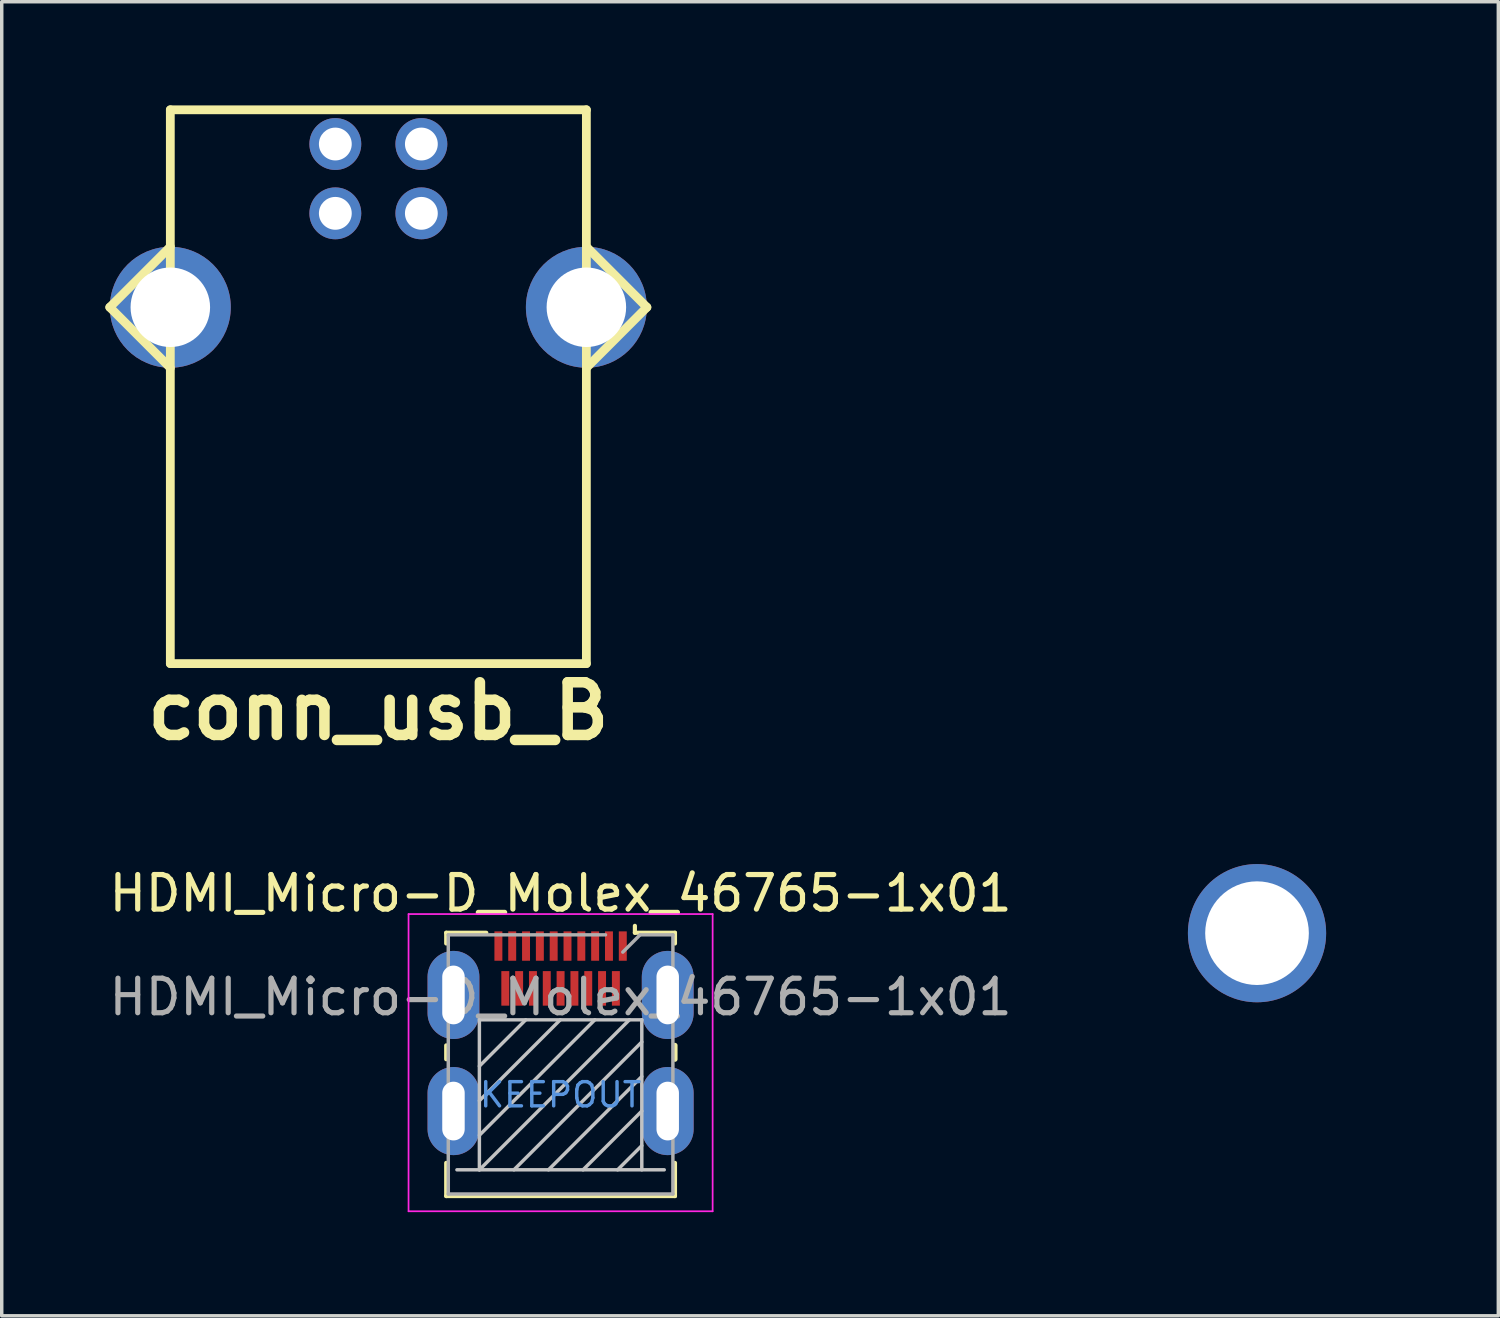
<source format=kicad_pcb>
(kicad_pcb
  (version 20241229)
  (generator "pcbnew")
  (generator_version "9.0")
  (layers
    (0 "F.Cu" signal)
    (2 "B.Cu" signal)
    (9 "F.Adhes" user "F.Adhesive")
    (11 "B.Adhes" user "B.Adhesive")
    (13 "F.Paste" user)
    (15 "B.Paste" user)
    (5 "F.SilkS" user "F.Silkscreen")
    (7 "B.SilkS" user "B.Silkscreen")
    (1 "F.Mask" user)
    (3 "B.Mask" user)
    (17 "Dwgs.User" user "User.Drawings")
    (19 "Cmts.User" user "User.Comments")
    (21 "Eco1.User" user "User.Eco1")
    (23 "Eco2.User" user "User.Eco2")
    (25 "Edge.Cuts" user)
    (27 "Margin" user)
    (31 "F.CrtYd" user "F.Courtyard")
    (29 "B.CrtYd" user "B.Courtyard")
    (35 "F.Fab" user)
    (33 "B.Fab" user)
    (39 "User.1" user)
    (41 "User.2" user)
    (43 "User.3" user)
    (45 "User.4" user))
  (footprint "Hole_3mm"
    (layer "F.Cu")
    (at 33.327 23.955)
    (property "Reference" "Hole_3mm" (at 0 0.5 0) (layer "Eco2.User") (effects (font (size 1 1) (thickness 0.15))))
    (attr through_hole)
    (pad "1" thru_hole circle (at 0 0) (size 4 4) (drill 3) (layers "*.Cu" "*.Mask")))
  (footprint "conn_usb_B"
    (layer "F.Cu")
    (at 7.899 8.128)
    (property "Reference" "conn_usb_B" (at 0 9.401 0) (layer "F.SilkS") (effects (font (size 1.524 1.524) (thickness 0.305))))
    (attr through_hole)
    (fp_line (start -7.772 -2.286) (end -6.02 -0.533) (stroke (width 0.254) (type solid)) (layer "F.SilkS"))
    (fp_line (start -6.02 -8.001) (end -6.02 -2.286) (stroke (width 0.254) (type solid)) (layer "F.SilkS"))
    (fp_line (start -6.02 -4.039) (end -7.772 -2.286) (stroke (width 0.254) (type solid)) (layer "F.SilkS"))
    (fp_line (start -6.02 -2.286) (end -6.02 8.026) (stroke (width 0.254) (type solid)) (layer "F.SilkS"))
    (fp_line (start -6.02 8.026) (end 6.02 8.026) (stroke (width 0.254) (type solid)) (layer "F.SilkS"))
    (fp_line (start 6.02 -8.001) (end -6.02 -8.001) (stroke (width 0.254) (type solid)) (layer "F.SilkS"))
    (fp_line (start 6.02 -4.039) (end 7.772 -2.286) (stroke (width 0.254) (type solid)) (layer "F.SilkS"))
    (fp_line (start 6.02 -2.286) (end 6.02 -8.001) (stroke (width 0.254) (type solid)) (layer "F.SilkS"))
    (fp_line (start 6.02 8.026) (end 6.02 -2.286) (stroke (width 0.254) (type solid)) (layer "F.SilkS"))
    (fp_line (start 7.772 -2.286) (end 6.02 -0.533) (stroke (width 0.254) (type solid)) (layer "F.SilkS"))
    (pad "1" thru_hole circle (at 1.245 -7.01) (size 1.501 1.501) (drill 0.95) (layers "*.Cu" "*.Mask"))
    (pad "2" thru_hole circle (at -1.245 -7.01) (size 1.501 1.501) (drill 0.95) (layers "*.Cu" "*.Mask"))
    (pad "3" thru_hole circle (at -1.245 -5.004) (size 1.501 1.501) (drill 0.95) (layers "*.Cu" "*.Mask"))
    (pad "4" thru_hole circle (at 1.245 -5.004) (size 1.501 1.501) (drill 0.95) (layers "*.Cu" "*.Mask"))
    (pad "5" thru_hole circle (at -6.02 -2.286) (size 3.5 3.5) (drill 2.301) (layers "*.Cu" "*.Mask"))
    (pad "5" thru_hole circle (at 6.02 -2.286) (size 3.5 3.5) (drill 2.301) (layers "*.Cu" "*.Mask")))
  (footprint "HDMI_Micro-D_Molex_46765-1x01"
    (layer "F.Cu")
    (at 13.173 29.103)
    (property "Reference" "HDMI_Micro-D_Molex_46765-1x01" (at 0 -6.3 0) (layer "F.SilkS") (effects (font (size 1 1) (thickness 0.15))))
    (attr smd)
    (fp_line (start -3.31 -5.16) (end -2.15 -5.16) (stroke (width 0.12) (type solid)) (layer "F.SilkS"))
    (fp_line (start -3.31 -4.85) (end -3.31 -5.16) (stroke (width 0.12) (type solid)) (layer "F.SilkS"))
    (fp_line (start -3.31 -1.5) (end -3.31 -1.9) (stroke (width 0.12) (type solid)) (layer "F.SilkS"))
    (fp_line (start -3.31 2.46) (end -3.31 1.5) (stroke (width 0.12) (type solid)) (layer "F.SilkS"))
    (fp_line (start -3.31 2.46) (end 3.31 2.46) (stroke (width 0.12) (type solid)) (layer "F.SilkS"))
    (fp_line (start 2.15 -5.16) (end 2.15 -5.36) (stroke (width 0.12) (type solid)) (layer "F.SilkS"))
    (fp_line (start 2.15 -5.16) (end 3.31 -5.16) (stroke (width 0.12) (type solid)) (layer "F.SilkS"))
    (fp_line (start 3.31 -5.16) (end 3.31 -4.85) (stroke (width 0.12) (type solid)) (layer "F.SilkS"))
    (fp_line (start 3.31 -1.9) (end 3.31 -1.5) (stroke (width 0.15) (type solid)) (layer "F.SilkS"))
    (fp_line (start 3.31 1.5) (end 3.31 2.46) (stroke (width 0.12) (type solid)) (layer "F.SilkS"))
    (fp_line (start -3 1.7) (end 3 1.7) (stroke (width 0.1) (type solid)) (layer "Dwgs.User"))
    (fp_line (start -2.35 -2.64) (end 2.35 -2.64) (stroke (width 0.1) (type solid)) (layer "Dwgs.User"))
    (fp_line (start -2.35 -1.3) (end -1.01 -2.64) (stroke (width 0.1) (type solid)) (layer "Dwgs.User"))
    (fp_line (start -2.35 -0.3) (end -0.01 -2.64) (stroke (width 0.1) (type solid)) (layer "Dwgs.User"))
    (fp_line (start -2.35 0.7) (end 0.99 -2.64) (stroke (width 0.1) (type solid)) (layer "Dwgs.User"))
    (fp_line (start -2.35 1.7) (end -2.35 -2.64) (stroke (width 0.1) (type solid)) (layer "Dwgs.User"))
    (fp_line (start -2.35 1.7) (end 1.99 -2.64) (stroke (width 0.1) (type solid)) (layer "Dwgs.User"))
    (fp_line (start -1.35 1.7) (end 2.35 -2) (stroke (width 0.1) (type solid)) (layer "Dwgs.User"))
    (fp_line (start -0.35 1.7) (end 2.35 -1) (stroke (width 0.1) (type solid)) (layer "Dwgs.User"))
    (fp_line (start 0.65 1.7) (end 2.35 0) (stroke (width 0.1) (type solid)) (layer "Dwgs.User"))
    (fp_line (start 1.65 1.7) (end 2.35 1) (stroke (width 0.1) (type solid)) (layer "Dwgs.User"))
    (fp_line (start 2.35 -2.64) (end 2.35 1.7) (stroke (width 0.1) (type solid)) (layer "Dwgs.User"))
    (fp_line (start -4.4 -5.7) (end -4.4 2.9) (stroke (width 0.05) (type solid)) (layer "F.CrtYd"))
    (fp_line (start -4.4 2.9) (end 4.4 2.9) (stroke (width 0.05) (type solid)) (layer "F.CrtYd"))
    (fp_line (start 4.4 -5.7) (end -4.4 -5.7) (stroke (width 0.05) (type solid)) (layer "F.CrtYd"))
    (fp_line (start 4.4 2.9) (end 4.4 -5.7) (stroke (width 0.05) (type solid)) (layer "F.CrtYd"))
    (fp_line (start -3.25 -5.1) (end 1.3 -5.1) (stroke (width 0.1) (type solid)) (layer "F.Fab"))
    (fp_line (start -3.25 2.4) (end -3.25 -5.1) (stroke (width 0.1) (type solid)) (layer "F.Fab"))
    (fp_line (start 1.8 -4.6) (end 2.3 -5.1) (stroke (width 0.1) (type solid)) (layer "F.Fab"))
    (fp_line (start 2.3 -5.1) (end 3.25 -5.1) (stroke (width 0.1) (type solid)) (layer "F.Fab"))
    (fp_line (start 3.25 -5.1) (end 3.25 2.4) (stroke (width 0.1) (type solid)) (layer "F.Fab"))
    (fp_line (start 3.25 2.4) (end -3.25 2.4) (stroke (width 0.1) (type solid)) (layer "F.Fab"))
    (fp_text user "KEEPOUT" (at 0 -0.47 0) (layer "Cmts.User") (effects (font (size 0.7 0.7) (thickness 0.1))))
    (fp_text user "${REFERENCE}" (at 0 -3.3 0) (layer "F.Fab") (effects (font (size 1 1) (thickness 0.15))))
    (pad "1" smd rect (at 1.8 -4.775) (size 0.23 0.85) (layers "F.Cu" "F.Mask" "F.Paste"))
    (pad "2" smd rect (at 1.6 -3.55) (size 0.23 1) (layers "F.Cu" "F.Mask" "F.Paste"))
    (pad "3" smd rect (at 1.4 -4.775) (size 0.23 0.85) (layers "F.Cu" "F.Mask" "F.Paste"))
    (pad "4" smd rect (at 1.2 -3.55) (size 0.23 1) (layers "F.Cu" "F.Mask" "F.Paste"))
    (pad "5" smd rect (at 1 -4.775) (size 0.23 0.85) (layers "F.Cu" "F.Mask" "F.Paste"))
    (pad "6" smd rect (at 0.8 -3.55) (size 0.23 1) (layers "F.Cu" "F.Mask" "F.Paste"))
    (pad "7" smd rect (at 0.6 -4.775) (size 0.23 0.85) (layers "F.Cu" "F.Mask" "F.Paste"))
    (pad "8" smd rect (at 0.4 -3.55) (size 0.23 1) (layers "F.Cu" "F.Mask" "F.Paste"))
    (pad "9" smd rect (at 0.2 -4.775) (size 0.23 0.85) (layers "F.Cu" "F.Mask" "F.Paste"))
    (pad "10" smd rect (at 0 -3.55) (size 0.23 1) (layers "F.Cu" "F.Mask" "F.Paste"))
    (pad "11" smd rect (at -0.2 -4.775) (size 0.23 0.85) (layers "F.Cu" "F.Mask" "F.Paste"))
    (pad "12" smd rect (at -0.4 -3.55) (size 0.23 1) (layers "F.Cu" "F.Mask" "F.Paste"))
    (pad "13" smd rect (at -0.6 -4.775) (size 0.23 0.85) (layers "F.Cu" "F.Mask" "F.Paste"))
    (pad "14" smd rect (at -0.8 -3.55) (size 0.23 1) (layers "F.Cu" "F.Mask" "F.Paste"))
    (pad "15" smd rect (at -1 -4.775) (size 0.23 0.85) (layers "F.Cu" "F.Mask" "F.Paste"))
    (pad "16" smd rect (at -1.2 -3.55) (size 0.23 1) (layers "F.Cu" "F.Mask" "F.Paste"))
    (pad "17" smd rect (at -1.4 -4.775) (size 0.23 0.85) (layers "F.Cu" "F.Mask" "F.Paste"))
    (pad "18" smd rect (at -1.6 -3.55) (size 0.23 1) (layers "F.Cu" "F.Mask" "F.Paste"))
    (pad "19" smd rect (at -1.8 -4.775) (size 0.23 0.85) (layers "F.Cu" "F.Mask" "F.Paste"))
    (pad "20" thru_hole oval (at -3.1 -3.36) (size 1.5 2.55) (drill oval 0.65 1.7) (layers "*.Cu" "*.Mask"))
    (pad "20" thru_hole oval (at -3.1 0) (size 1.5 2.55) (drill oval 0.65 1.7) (layers "*.Cu" "*.Mask"))
    (pad "20" thru_hole oval (at 3.1 -3.36) (size 1.5 2.55) (drill oval 0.65 1.7) (layers "*.Cu" "*.Mask"))
    (pad "20" thru_hole oval (at 3.1 0) (size 1.5 2.55) (drill oval 0.65 1.7) (layers "*.Cu" "*.Mask")))
  (gr_rect
    (start -3 -3)
    (end 40.31 35.028)
    (stroke (width 0.1) (type default))
    (fill no)
    (layer "Edge.Cuts")))
</source>
